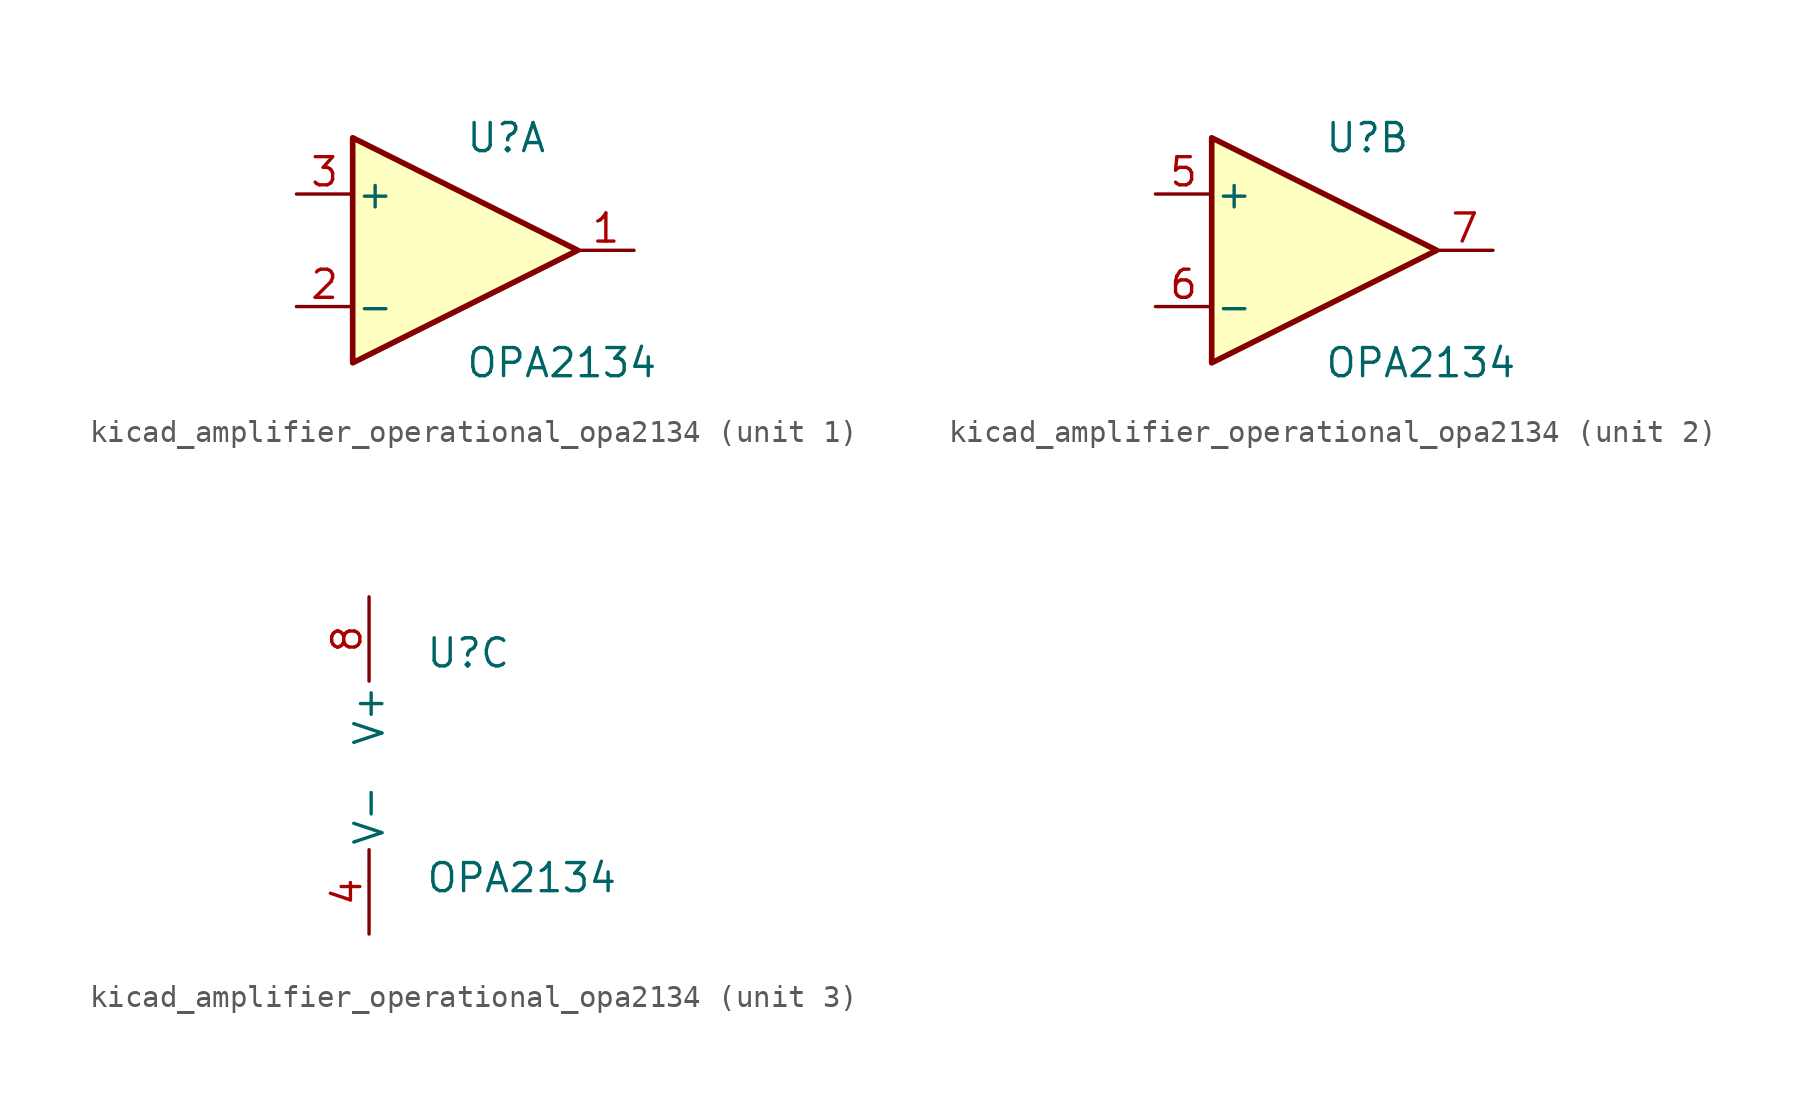
<source format=kicad_sym>
(kicad_symbol_lib
  (version 20220914)
  (generator kicad_symbol_editor)
  (symbol "kicad_amplifier_operational_opa2134"
    (pin_names
      (offset 0.127))
    (property "Reference" "U"
      (at 0 5.08 0)
      (effects (font (size 1.27 1.27)) (justify left)))
    (property "Value" "OPA2134"
      (at 0 -5.08 0)
      (effects (font (size 1.27 1.27)) (justify left)))
    (property "ki_locked" ""
      (at 0 0 0)
      (effects (font (size 1.27 1.27))))
    (symbol "kicad_amplifier_operational_opa2134_1_1"
      (polyline (pts (xy -5.08 5.08) (xy 5.08 0) (xy -5.08 -5.08) (xy -5.08 5.08)) (stroke (width 0.254) (type default)) (fill (type background)))
      (pin output line (at 7.62 0 180) (length 2.54) (name "~" (effects (font (size 1.27 1.27)))) (number "1" (effects (font (size 1.27 1.27)))))
      (pin input line (at -7.62 -2.54 0) (length 2.54) (name "-" (effects (font (size 1.27 1.27)))) (number "2" (effects (font (size 1.27 1.27)))))
      (pin input line (at -7.62 2.54 0) (length 2.54) (name "+" (effects (font (size 1.27 1.27)))) (number "3" (effects (font (size 1.27 1.27))))))
    (symbol "kicad_amplifier_operational_opa2134_2_1"
      (polyline (pts (xy -5.08 5.08) (xy 5.08 0) (xy -5.08 -5.08) (xy -5.08 5.08)) (stroke (width 0.254) (type default)) (fill (type background)))
      (pin input line (at -7.62 2.54 0) (length 2.54) (name "+" (effects (font (size 1.27 1.27)))) (number "5" (effects (font (size 1.27 1.27)))))
      (pin input line (at -7.62 -2.54 0) (length 2.54) (name "-" (effects (font (size 1.27 1.27)))) (number "6" (effects (font (size 1.27 1.27)))))
      (pin output line (at 7.62 0 180) (length 2.54) (name "~" (effects (font (size 1.27 1.27)))) (number "7" (effects (font (size 1.27 1.27))))))
    (symbol "kicad_amplifier_operational_opa2134_3_1"
      (pin power_in line (at -2.54 -7.62 90) (length 3.81) (name "V-" (effects (font (size 1.27 1.27)))) (number "4" (effects (font (size 1.27 1.27)))))
      (pin power_in line (at -2.54 7.62 270) (length 3.81) (name "V+" (effects (font (size 1.27 1.27)))) (number "8" (effects (font (size 1.27 1.27))))))))
</source>
